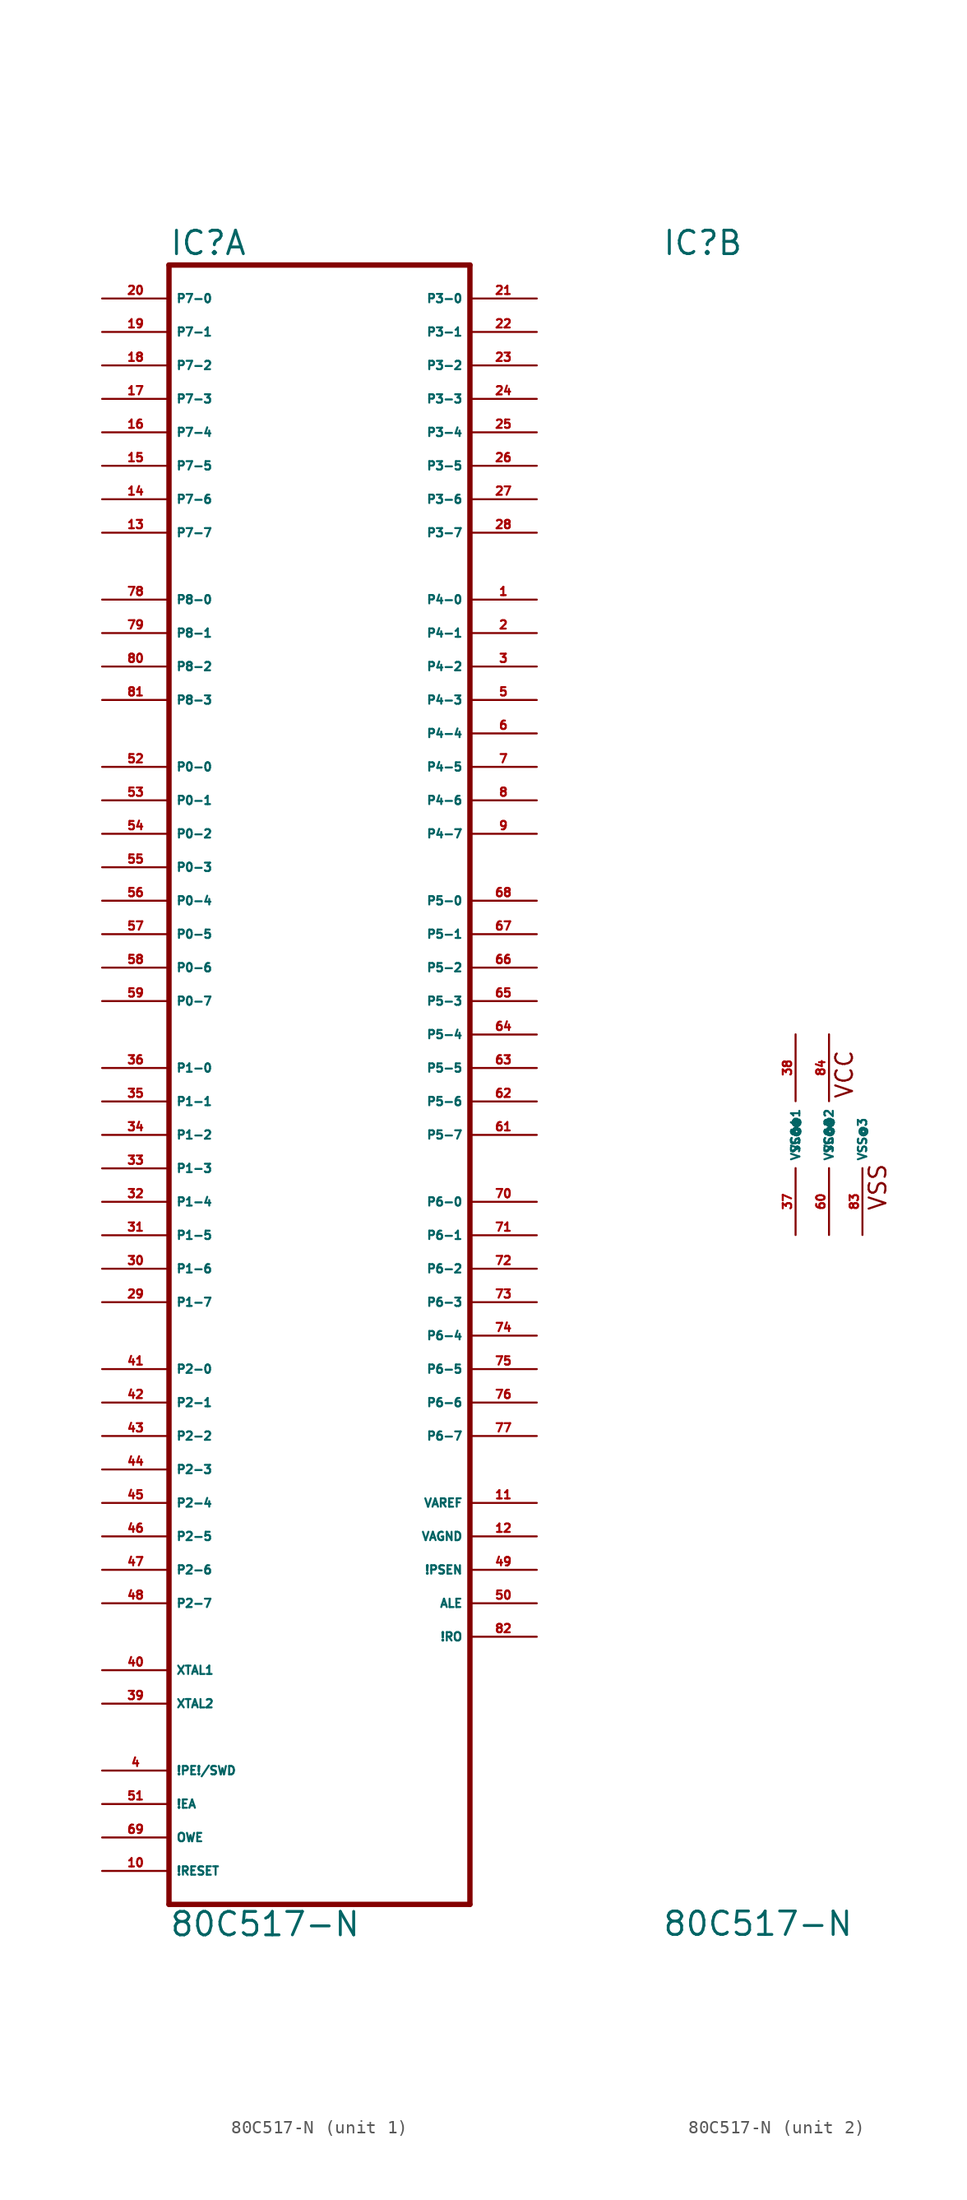
<source format=kicad_sym>
(kicad_symbol_lib
  (version 20220914)
  (generator Eagle2Kicad)
  (symbol "80C517-N"
    (property "Reference" "IC"
      (at -12.7 66.675 0)
      (effects (font (size 1.778 1.778) (thickness 0.22)) (justify left bottom)))
    (property "Value" "80C517-N"
      (at -12.7 -60.96 0)
      (effects (font (size 1.778 1.778) (thickness 0.22)) (justify left bottom)))
    (symbol "80C517-N_1_0"
      (polyline (pts (xy -12.7 -58.42) (xy 10.16 -58.42)) (stroke (width 0.406) (type default)) (fill (type none)))
      (polyline (pts (xy 10.16 -58.42) (xy 10.16 66.04)) (stroke (width 0.406) (type default)) (fill (type none)))
      (polyline (pts (xy 10.16 66.04) (xy -12.7 66.04)) (stroke (width 0.406) (type default)) (fill (type none)))
      (polyline (pts (xy -12.7 66.04) (xy -12.7 -58.42)) (stroke (width 0.406) (type default)) (fill (type none)))
      (pin input line (at -17.78 63.5 0) (length 5.08) (name "P7-0" (effects (font (size 0.635 0.635) (thickness 0.08)) (justify left bottom))) (number "20" (effects (font (size 0.635 0.635) (thickness 0.08)) (justify left bottom))))
      (pin input line (at -17.78 60.96 0) (length 5.08) (name "P7-1" (effects (font (size 0.635 0.635) (thickness 0.08)) (justify left bottom))) (number "19" (effects (font (size 0.635 0.635) (thickness 0.08)) (justify left bottom))))
      (pin input line (at -17.78 58.42 0) (length 5.08) (name "P7-2" (effects (font (size 0.635 0.635) (thickness 0.08)) (justify left bottom))) (number "18" (effects (font (size 0.635 0.635) (thickness 0.08)) (justify left bottom))))
      (pin input line (at -17.78 55.88 0) (length 5.08) (name "P7-3" (effects (font (size 0.635 0.635) (thickness 0.08)) (justify left bottom))) (number "17" (effects (font (size 0.635 0.635) (thickness 0.08)) (justify left bottom))))
      (pin input line (at -17.78 53.34 0) (length 5.08) (name "P7-4" (effects (font (size 0.635 0.635) (thickness 0.08)) (justify left bottom))) (number "16" (effects (font (size 0.635 0.635) (thickness 0.08)) (justify left bottom))))
      (pin input line (at -17.78 50.8 0) (length 5.08) (name "P7-5" (effects (font (size 0.635 0.635) (thickness 0.08)) (justify left bottom))) (number "15" (effects (font (size 0.635 0.635) (thickness 0.08)) (justify left bottom))))
      (pin input line (at -17.78 48.26 0) (length 5.08) (name "P7-6" (effects (font (size 0.635 0.635) (thickness 0.08)) (justify left bottom))) (number "14" (effects (font (size 0.635 0.635) (thickness 0.08)) (justify left bottom))))
      (pin input line (at -17.78 45.72 0) (length 5.08) (name "P7-7" (effects (font (size 0.635 0.635) (thickness 0.08)) (justify left bottom))) (number "13" (effects (font (size 0.635 0.635) (thickness 0.08)) (justify left bottom))))
      (pin bidirectional line (at -17.78 5.08 0) (length 5.08) (name "P1-0" (effects (font (size 0.635 0.635) (thickness 0.08)) (justify left bottom))) (number "36" (effects (font (size 0.635 0.635) (thickness 0.08)) (justify left bottom))))
      (pin bidirectional line (at -17.78 0 0) (length 5.08) (name "P1-2" (effects (font (size 0.635 0.635) (thickness 0.08)) (justify left bottom))) (number "34" (effects (font (size 0.635 0.635) (thickness 0.08)) (justify left bottom))))
      (pin bidirectional line (at -17.78 -2.54 0) (length 5.08) (name "P1-3" (effects (font (size 0.635 0.635) (thickness 0.08)) (justify left bottom))) (number "33" (effects (font (size 0.635 0.635) (thickness 0.08)) (justify left bottom))))
      (pin bidirectional line (at -17.78 -5.08 0) (length 5.08) (name "P1-4" (effects (font (size 0.635 0.635) (thickness 0.08)) (justify left bottom))) (number "32" (effects (font (size 0.635 0.635) (thickness 0.08)) (justify left bottom))))
      (pin bidirectional line (at -17.78 -7.62 0) (length 5.08) (name "P1-5" (effects (font (size 0.635 0.635) (thickness 0.08)) (justify left bottom))) (number "31" (effects (font (size 0.635 0.635) (thickness 0.08)) (justify left bottom))))
      (pin bidirectional line (at -17.78 -10.16 0) (length 5.08) (name "P1-6" (effects (font (size 0.635 0.635) (thickness 0.08)) (justify left bottom))) (number "30" (effects (font (size 0.635 0.635) (thickness 0.08)) (justify left bottom))))
      (pin bidirectional line (at -17.78 -12.7 0) (length 5.08) (name "P1-7" (effects (font (size 0.635 0.635) (thickness 0.08)) (justify left bottom))) (number "29" (effects (font (size 0.635 0.635) (thickness 0.08)) (justify left bottom))))
      (pin bidirectional line (at -17.78 -17.78 0) (length 5.08) (name "P2-0" (effects (font (size 0.635 0.635) (thickness 0.08)) (justify left bottom))) (number "41" (effects (font (size 0.635 0.635) (thickness 0.08)) (justify left bottom))))
      (pin bidirectional line (at -17.78 -20.32 0) (length 5.08) (name "P2-1" (effects (font (size 0.635 0.635) (thickness 0.08)) (justify left bottom))) (number "42" (effects (font (size 0.635 0.635) (thickness 0.08)) (justify left bottom))))
      (pin bidirectional line (at -17.78 -22.86 0) (length 5.08) (name "P2-2" (effects (font (size 0.635 0.635) (thickness 0.08)) (justify left bottom))) (number "43" (effects (font (size 0.635 0.635) (thickness 0.08)) (justify left bottom))))
      (pin bidirectional line (at -17.78 -25.4 0) (length 5.08) (name "P2-3" (effects (font (size 0.635 0.635) (thickness 0.08)) (justify left bottom))) (number "44" (effects (font (size 0.635 0.635) (thickness 0.08)) (justify left bottom))))
      (pin bidirectional line (at -17.78 -27.94 0) (length 5.08) (name "P2-4" (effects (font (size 0.635 0.635) (thickness 0.08)) (justify left bottom))) (number "45" (effects (font (size 0.635 0.635) (thickness 0.08)) (justify left bottom))))
      (pin bidirectional line (at -17.78 -30.48 0) (length 5.08) (name "P2-5" (effects (font (size 0.635 0.635) (thickness 0.08)) (justify left bottom))) (number "46" (effects (font (size 0.635 0.635) (thickness 0.08)) (justify left bottom))))
      (pin bidirectional line (at -17.78 -33.02 0) (length 5.08) (name "P2-6" (effects (font (size 0.635 0.635) (thickness 0.08)) (justify left bottom))) (number "47" (effects (font (size 0.635 0.635) (thickness 0.08)) (justify left bottom))))
      (pin bidirectional line (at -17.78 -35.56 0) (length 5.08) (name "P2-7" (effects (font (size 0.635 0.635) (thickness 0.08)) (justify left bottom))) (number "48" (effects (font (size 0.635 0.635) (thickness 0.08)) (justify left bottom))))
      (pin bidirectional line (at 15.24 63.5 180) (length 5.08) (name "P3-0" (effects (font (size 0.635 0.635) (thickness 0.08)) (justify left bottom))) (number "21" (effects (font (size 0.635 0.635) (thickness 0.08)) (justify left bottom))))
      (pin bidirectional line (at 15.24 60.96 180) (length 5.08) (name "P3-1" (effects (font (size 0.635 0.635) (thickness 0.08)) (justify left bottom))) (number "22" (effects (font (size 0.635 0.635) (thickness 0.08)) (justify left bottom))))
      (pin bidirectional line (at 15.24 58.42 180) (length 5.08) (name "P3-2" (effects (font (size 0.635 0.635) (thickness 0.08)) (justify left bottom))) (number "23" (effects (font (size 0.635 0.635) (thickness 0.08)) (justify left bottom))))
      (pin bidirectional line (at 15.24 55.88 180) (length 5.08) (name "P3-3" (effects (font (size 0.635 0.635) (thickness 0.08)) (justify left bottom))) (number "24" (effects (font (size 0.635 0.635) (thickness 0.08)) (justify left bottom))))
      (pin bidirectional line (at 15.24 53.34 180) (length 5.08) (name "P3-4" (effects (font (size 0.635 0.635) (thickness 0.08)) (justify left bottom))) (number "25" (effects (font (size 0.635 0.635) (thickness 0.08)) (justify left bottom))))
      (pin bidirectional line (at 15.24 50.8 180) (length 5.08) (name "P3-5" (effects (font (size 0.635 0.635) (thickness 0.08)) (justify left bottom))) (number "26" (effects (font (size 0.635 0.635) (thickness 0.08)) (justify left bottom))))
      (pin bidirectional line (at 15.24 48.26 180) (length 5.08) (name "P3-6" (effects (font (size 0.635 0.635) (thickness 0.08)) (justify left bottom))) (number "27" (effects (font (size 0.635 0.635) (thickness 0.08)) (justify left bottom))))
      (pin bidirectional line (at 15.24 45.72 180) (length 5.08) (name "P3-7" (effects (font (size 0.635 0.635) (thickness 0.08)) (justify left bottom))) (number "28" (effects (font (size 0.635 0.635) (thickness 0.08)) (justify left bottom))))
      (pin bidirectional line (at -17.78 2.54 0) (length 5.08) (name "P1-1" (effects (font (size 0.635 0.635) (thickness 0.08)) (justify left bottom))) (number "35" (effects (font (size 0.635 0.635) (thickness 0.08)) (justify left bottom))))
      (pin bidirectional line (at 15.24 40.64 180) (length 5.08) (name "P4-0" (effects (font (size 0.635 0.635) (thickness 0.08)) (justify left bottom))) (number "1" (effects (font (size 0.635 0.635) (thickness 0.08)) (justify left bottom))))
      (pin bidirectional line (at 15.24 38.1 180) (length 5.08) (name "P4-1" (effects (font (size 0.635 0.635) (thickness 0.08)) (justify left bottom))) (number "2" (effects (font (size 0.635 0.635) (thickness 0.08)) (justify left bottom))))
      (pin bidirectional line (at 15.24 35.56 180) (length 5.08) (name "P4-2" (effects (font (size 0.635 0.635) (thickness 0.08)) (justify left bottom))) (number "3" (effects (font (size 0.635 0.635) (thickness 0.08)) (justify left bottom))))
      (pin bidirectional line (at 15.24 33.02 180) (length 5.08) (name "P4-3" (effects (font (size 0.635 0.635) (thickness 0.08)) (justify left bottom))) (number "5" (effects (font (size 0.635 0.635) (thickness 0.08)) (justify left bottom))))
      (pin bidirectional line (at 15.24 30.48 180) (length 5.08) (name "P4-4" (effects (font (size 0.635 0.635) (thickness 0.08)) (justify left bottom))) (number "6" (effects (font (size 0.635 0.635) (thickness 0.08)) (justify left bottom))))
      (pin bidirectional line (at 15.24 27.94 180) (length 5.08) (name "P4-5" (effects (font (size 0.635 0.635) (thickness 0.08)) (justify left bottom))) (number "7" (effects (font (size 0.635 0.635) (thickness 0.08)) (justify left bottom))))
      (pin bidirectional line (at 15.24 25.4 180) (length 5.08) (name "P4-6" (effects (font (size 0.635 0.635) (thickness 0.08)) (justify left bottom))) (number "8" (effects (font (size 0.635 0.635) (thickness 0.08)) (justify left bottom))))
      (pin bidirectional line (at 15.24 22.86 180) (length 5.08) (name "P4-7" (effects (font (size 0.635 0.635) (thickness 0.08)) (justify left bottom))) (number "9" (effects (font (size 0.635 0.635) (thickness 0.08)) (justify left bottom))))
      (pin bidirectional line (at -17.78 27.94 0) (length 5.08) (name "P0-0" (effects (font (size 0.635 0.635) (thickness 0.08)) (justify left bottom))) (number "52" (effects (font (size 0.635 0.635) (thickness 0.08)) (justify left bottom))))
      (pin bidirectional line (at -17.78 25.4 0) (length 5.08) (name "P0-1" (effects (font (size 0.635 0.635) (thickness 0.08)) (justify left bottom))) (number "53" (effects (font (size 0.635 0.635) (thickness 0.08)) (justify left bottom))))
      (pin bidirectional line (at -17.78 22.86 0) (length 5.08) (name "P0-2" (effects (font (size 0.635 0.635) (thickness 0.08)) (justify left bottom))) (number "54" (effects (font (size 0.635 0.635) (thickness 0.08)) (justify left bottom))))
      (pin bidirectional line (at -17.78 20.32 0) (length 5.08) (name "P0-3" (effects (font (size 0.635 0.635) (thickness 0.08)) (justify left bottom))) (number "55" (effects (font (size 0.635 0.635) (thickness 0.08)) (justify left bottom))))
      (pin bidirectional line (at -17.78 17.78 0) (length 5.08) (name "P0-4" (effects (font (size 0.635 0.635) (thickness 0.08)) (justify left bottom))) (number "56" (effects (font (size 0.635 0.635) (thickness 0.08)) (justify left bottom))))
      (pin bidirectional line (at -17.78 15.24 0) (length 5.08) (name "P0-5" (effects (font (size 0.635 0.635) (thickness 0.08)) (justify left bottom))) (number "57" (effects (font (size 0.635 0.635) (thickness 0.08)) (justify left bottom))))
      (pin bidirectional line (at -17.78 12.7 0) (length 5.08) (name "P0-6" (effects (font (size 0.635 0.635) (thickness 0.08)) (justify left bottom))) (number "58" (effects (font (size 0.635 0.635) (thickness 0.08)) (justify left bottom))))
      (pin bidirectional line (at -17.78 10.16 0) (length 5.08) (name "P0-7" (effects (font (size 0.635 0.635) (thickness 0.08)) (justify left bottom))) (number "59" (effects (font (size 0.635 0.635) (thickness 0.08)) (justify left bottom))))
      (pin bidirectional line (at 15.24 17.78 180) (length 5.08) (name "P5-0" (effects (font (size 0.635 0.635) (thickness 0.08)) (justify left bottom))) (number "68" (effects (font (size 0.635 0.635) (thickness 0.08)) (justify left bottom))))
      (pin bidirectional line (at 15.24 15.24 180) (length 5.08) (name "P5-1" (effects (font (size 0.635 0.635) (thickness 0.08)) (justify left bottom))) (number "67" (effects (font (size 0.635 0.635) (thickness 0.08)) (justify left bottom))))
      (pin bidirectional line (at 15.24 12.7 180) (length 5.08) (name "P5-2" (effects (font (size 0.635 0.635) (thickness 0.08)) (justify left bottom))) (number "66" (effects (font (size 0.635 0.635) (thickness 0.08)) (justify left bottom))))
      (pin bidirectional line (at 15.24 10.16 180) (length 5.08) (name "P5-3" (effects (font (size 0.635 0.635) (thickness 0.08)) (justify left bottom))) (number "65" (effects (font (size 0.635 0.635) (thickness 0.08)) (justify left bottom))))
      (pin bidirectional line (at 15.24 7.62 180) (length 5.08) (name "P5-4" (effects (font (size 0.635 0.635) (thickness 0.08)) (justify left bottom))) (number "64" (effects (font (size 0.635 0.635) (thickness 0.08)) (justify left bottom))))
      (pin bidirectional line (at 15.24 5.08 180) (length 5.08) (name "P5-5" (effects (font (size 0.635 0.635) (thickness 0.08)) (justify left bottom))) (number "63" (effects (font (size 0.635 0.635) (thickness 0.08)) (justify left bottom))))
      (pin bidirectional line (at 15.24 2.54 180) (length 5.08) (name "P5-6" (effects (font (size 0.635 0.635) (thickness 0.08)) (justify left bottom))) (number "62" (effects (font (size 0.635 0.635) (thickness 0.08)) (justify left bottom))))
      (pin bidirectional line (at 15.24 0 180) (length 5.08) (name "P5-7" (effects (font (size 0.635 0.635) (thickness 0.08)) (justify left bottom))) (number "61" (effects (font (size 0.635 0.635) (thickness 0.08)) (justify left bottom))))
      (pin bidirectional line (at 15.24 -5.08 180) (length 5.08) (name "P6-0" (effects (font (size 0.635 0.635) (thickness 0.08)) (justify left bottom))) (number "70" (effects (font (size 0.635 0.635) (thickness 0.08)) (justify left bottom))))
      (pin bidirectional line (at 15.24 -7.62 180) (length 5.08) (name "P6-1" (effects (font (size 0.635 0.635) (thickness 0.08)) (justify left bottom))) (number "71" (effects (font (size 0.635 0.635) (thickness 0.08)) (justify left bottom))))
      (pin bidirectional line (at 15.24 -10.16 180) (length 5.08) (name "P6-2" (effects (font (size 0.635 0.635) (thickness 0.08)) (justify left bottom))) (number "72" (effects (font (size 0.635 0.635) (thickness 0.08)) (justify left bottom))))
      (pin bidirectional line (at 15.24 -12.7 180) (length 5.08) (name "P6-3" (effects (font (size 0.635 0.635) (thickness 0.08)) (justify left bottom))) (number "73" (effects (font (size 0.635 0.635) (thickness 0.08)) (justify left bottom))))
      (pin bidirectional line (at 15.24 -15.24 180) (length 5.08) (name "P6-4" (effects (font (size 0.635 0.635) (thickness 0.08)) (justify left bottom))) (number "74" (effects (font (size 0.635 0.635) (thickness 0.08)) (justify left bottom))))
      (pin bidirectional line (at 15.24 -17.78 180) (length 5.08) (name "P6-5" (effects (font (size 0.635 0.635) (thickness 0.08)) (justify left bottom))) (number "75" (effects (font (size 0.635 0.635) (thickness 0.08)) (justify left bottom))))
      (pin bidirectional line (at 15.24 -20.32 180) (length 5.08) (name "P6-6" (effects (font (size 0.635 0.635) (thickness 0.08)) (justify left bottom))) (number "76" (effects (font (size 0.635 0.635) (thickness 0.08)) (justify left bottom))))
      (pin bidirectional line (at 15.24 -22.86 180) (length 5.08) (name "P6-7" (effects (font (size 0.635 0.635) (thickness 0.08)) (justify left bottom))) (number "77" (effects (font (size 0.635 0.635) (thickness 0.08)) (justify left bottom))))
      (pin input line (at -17.78 40.64 0) (length 5.08) (name "P8-0" (effects (font (size 0.635 0.635) (thickness 0.08)) (justify left bottom))) (number "78" (effects (font (size 0.635 0.635) (thickness 0.08)) (justify left bottom))))
      (pin input line (at -17.78 38.1 0) (length 5.08) (name "P8-1" (effects (font (size 0.635 0.635) (thickness 0.08)) (justify left bottom))) (number "79" (effects (font (size 0.635 0.635) (thickness 0.08)) (justify left bottom))))
      (pin input line (at -17.78 35.56 0) (length 5.08) (name "P8-2" (effects (font (size 0.635 0.635) (thickness 0.08)) (justify left bottom))) (number "80" (effects (font (size 0.635 0.635) (thickness 0.08)) (justify left bottom))))
      (pin input line (at -17.78 33.02 0) (length 5.08) (name "P8-3" (effects (font (size 0.635 0.635) (thickness 0.08)) (justify left bottom))) (number "81" (effects (font (size 0.635 0.635) (thickness 0.08)) (justify left bottom))))
      (pin input line (at -17.78 -48.26 0) (length 5.08) (name "!PE!/SWD" (effects (font (size 0.635 0.635) (thickness 0.08)) (justify left bottom))) (number "4" (effects (font (size 0.635 0.635) (thickness 0.08)) (justify left bottom))))
      (pin input line (at -17.78 -55.88 0) (length 5.08) (name "!RESET" (effects (font (size 0.635 0.635) (thickness 0.08)) (justify left bottom))) (number "10" (effects (font (size 0.635 0.635) (thickness 0.08)) (justify left bottom))))
      (pin passive line (at 15.24 -27.94 180) (length 5.08) (name "VAREF" (effects (font (size 0.635 0.635) (thickness 0.08)) (justify left bottom))) (number "11" (effects (font (size 0.635 0.635) (thickness 0.08)) (justify left bottom))))
      (pin passive line (at 15.24 -30.48 180) (length 5.08) (name "VAGND" (effects (font (size 0.635 0.635) (thickness 0.08)) (justify left bottom))) (number "12" (effects (font (size 0.635 0.635) (thickness 0.08)) (justify left bottom))))
      (pin passive line (at -17.78 -40.64 0) (length 5.08) (name "XTAL1" (effects (font (size 0.635 0.635) (thickness 0.08)) (justify left bottom))) (number "40" (effects (font (size 0.635 0.635) (thickness 0.08)) (justify left bottom))))
      (pin passive line (at -17.78 -43.18 0) (length 5.08) (name "XTAL2" (effects (font (size 0.635 0.635) (thickness 0.08)) (justify left bottom))) (number "39" (effects (font (size 0.635 0.635) (thickness 0.08)) (justify left bottom))))
      (pin output line (at 15.24 -33.02 180) (length 5.08) (name "!PSEN" (effects (font (size 0.635 0.635) (thickness 0.08)) (justify left bottom))) (number "49" (effects (font (size 0.635 0.635) (thickness 0.08)) (justify left bottom))))
      (pin output line (at 15.24 -35.56 180) (length 5.08) (name "ALE" (effects (font (size 0.635 0.635) (thickness 0.08)) (justify left bottom))) (number "50" (effects (font (size 0.635 0.635) (thickness 0.08)) (justify left bottom))))
      (pin input line (at -17.78 -50.8 0) (length 5.08) (name "!EA" (effects (font (size 0.635 0.635) (thickness 0.08)) (justify left bottom))) (number "51" (effects (font (size 0.635 0.635) (thickness 0.08)) (justify left bottom))))
      (pin input line (at -17.78 -53.34 0) (length 5.08) (name "OWE" (effects (font (size 0.635 0.635) (thickness 0.08)) (justify left bottom))) (number "69" (effects (font (size 0.635 0.635) (thickness 0.08)) (justify left bottom))))
      (pin output line (at 15.24 -38.1 180) (length 5.08) (name "!RO" (effects (font (size 0.635 0.635) (thickness 0.08)) (justify left bottom))) (number "82" (effects (font (size 0.635 0.635) (thickness 0.08)) (justify left bottom)))))
    (symbol "80C517-N_2_0"
      (text "VCC" (at 1.905 2.667 900) (effects (font (size 1.27 1.27) (thickness 0.16)) (justify left bottom)))
      (text "VSS" (at 4.445 -5.842 900) (effects (font (size 1.27 1.27) (thickness 0.16)) (justify left bottom)))
      (pin unspecified line (at -2.54 7.62 270) (length 5.08) (name "VCC@1" (effects (font (size 0.635 0.635) (thickness 0.08)) (justify left bottom))) (number "38" (effects (font (size 0.635 0.635) (thickness 0.08)) (justify left bottom))))
      (pin unspecified line (at -2.54 -7.62 90) (length 5.08) (name "VSS@1" (effects (font (size 0.635 0.635) (thickness 0.08)) (justify left bottom))) (number "37" (effects (font (size 0.635 0.635) (thickness 0.08)) (justify left bottom))))
      (pin unspecified line (at 0 -7.62 90) (length 5.08) (name "VSS@2" (effects (font (size 0.635 0.635) (thickness 0.08)) (justify left bottom))) (number "60" (effects (font (size 0.635 0.635) (thickness 0.08)) (justify left bottom))))
      (pin unspecified line (at 0 7.62 270) (length 5.08) (name "VCC@2" (effects (font (size 0.635 0.635) (thickness 0.08)) (justify left bottom))) (number "84" (effects (font (size 0.635 0.635) (thickness 0.08)) (justify left bottom))))
      (pin unspecified line (at 2.54 -7.62 90) (length 5.08) (name "VSS@3" (effects (font (size 0.635 0.635) (thickness 0.08)) (justify left bottom))) (number "83" (effects (font (size 0.635 0.635) (thickness 0.08)) (justify left bottom)))))))
</source>
